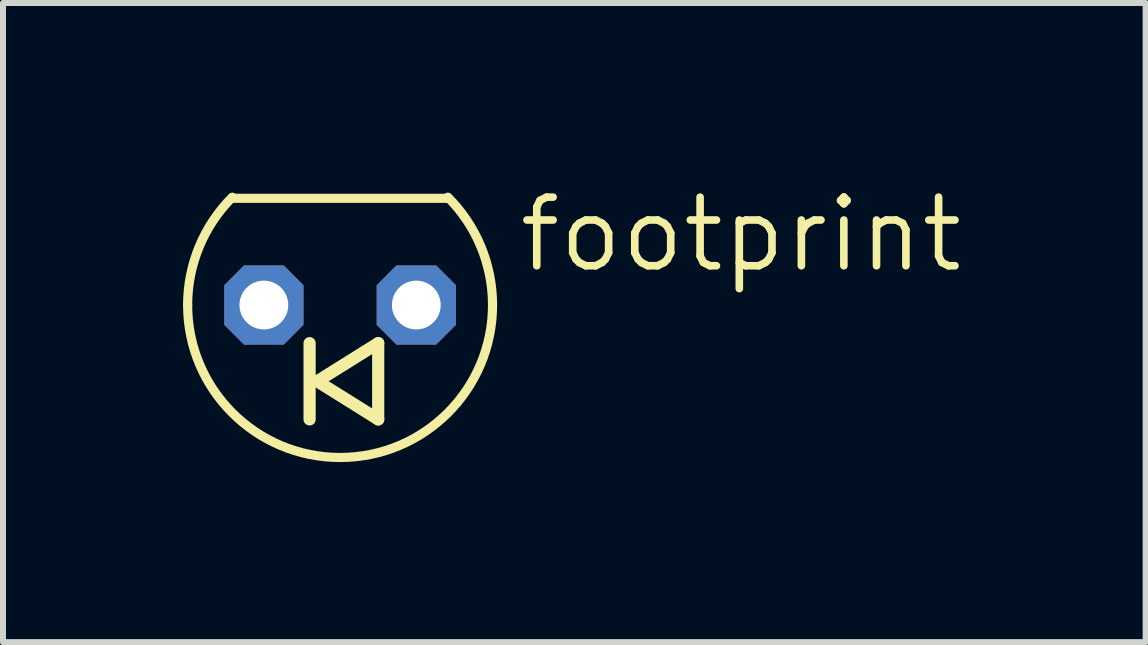
<source format=kicad_pcb>
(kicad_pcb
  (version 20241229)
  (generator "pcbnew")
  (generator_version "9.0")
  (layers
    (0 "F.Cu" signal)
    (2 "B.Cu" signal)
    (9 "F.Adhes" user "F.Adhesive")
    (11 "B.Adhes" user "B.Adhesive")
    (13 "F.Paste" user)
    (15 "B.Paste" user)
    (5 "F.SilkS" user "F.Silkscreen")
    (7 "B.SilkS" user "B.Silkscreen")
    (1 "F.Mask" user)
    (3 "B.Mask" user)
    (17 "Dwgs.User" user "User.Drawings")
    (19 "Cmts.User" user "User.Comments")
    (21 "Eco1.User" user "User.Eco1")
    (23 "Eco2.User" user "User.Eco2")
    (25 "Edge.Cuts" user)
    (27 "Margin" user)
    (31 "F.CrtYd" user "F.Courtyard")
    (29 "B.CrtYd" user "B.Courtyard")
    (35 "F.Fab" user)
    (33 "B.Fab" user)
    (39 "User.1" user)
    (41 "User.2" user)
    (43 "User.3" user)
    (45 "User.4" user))
  (footprint "footprint"
    (layer "F.Cu")
    (at 2.616 2.032)
    (property "Reference" "footprint" (at 2.921 -0.508 0) (layer "F.SilkS") (effects (font (size 1.143 1.143) (thickness 0.127)) (justify left bottom)))
    (fp_line (start -0.508 0.635) (end -0.508 1.905) (stroke (width 0.203) (type solid)) (layer "F.SilkS"))
    (fp_line (start -0.381 1.27) (end 0.635 1.905) (stroke (width 0.203) (type solid)) (layer "F.SilkS"))
    (fp_line (start 0.635 0.635) (end -0.381 1.27) (stroke (width 0.203) (type solid)) (layer "F.SilkS"))
    (fp_line (start 0.635 1.905) (end 0.635 0.635) (stroke (width 0.203) (type solid)) (layer "F.SilkS"))
    (fp_line (start 1.778 -1.778) (end -1.778 -1.778) (stroke (width 0.152) (type solid)) (layer "F.SilkS"))
    (fp_arc (start -2.54 0) (mid -2.346686 -0.972036) (end -1.7961 -1.7961) (stroke (width 0.1524) (type solid)) (layer "F.SilkS"))
    (fp_arc (start 1.7961 -1.7961) (mid 2.346686 -0.972037) (end 2.54 0) (stroke (width 0.1524) (type solid)) (layer "F.SilkS"))
    (fp_arc (start 2.54 0) (mid 0 2.54) (end -2.54 0) (stroke (width 0.1524) (type solid)) (layer "F.SilkS"))
    (pad "A" thru_hole roundrect (at 1.27 0) (size 1.321 1.321) (drill 0.813) (layers "*.Cu" "*.Mask") (roundrect_rratio 0.25) (chamfer_ratio 0.25) (chamfer top_left top_right bottom_left bottom_right))
    (pad "C" thru_hole roundrect (at -1.27 0) (size 1.321 1.321) (drill 0.813) (layers "*.Cu" "*.Mask") (roundrect_rratio 0.25) (chamfer_ratio 0.25) (chamfer top_left top_right bottom_left bottom_right)))
  (gr_rect
    (start -3 -3)
    (end 16.037 7.648)
    (stroke (width 0.1) (type default))
    (fill no)
    (layer "Edge.Cuts")))
</source>
